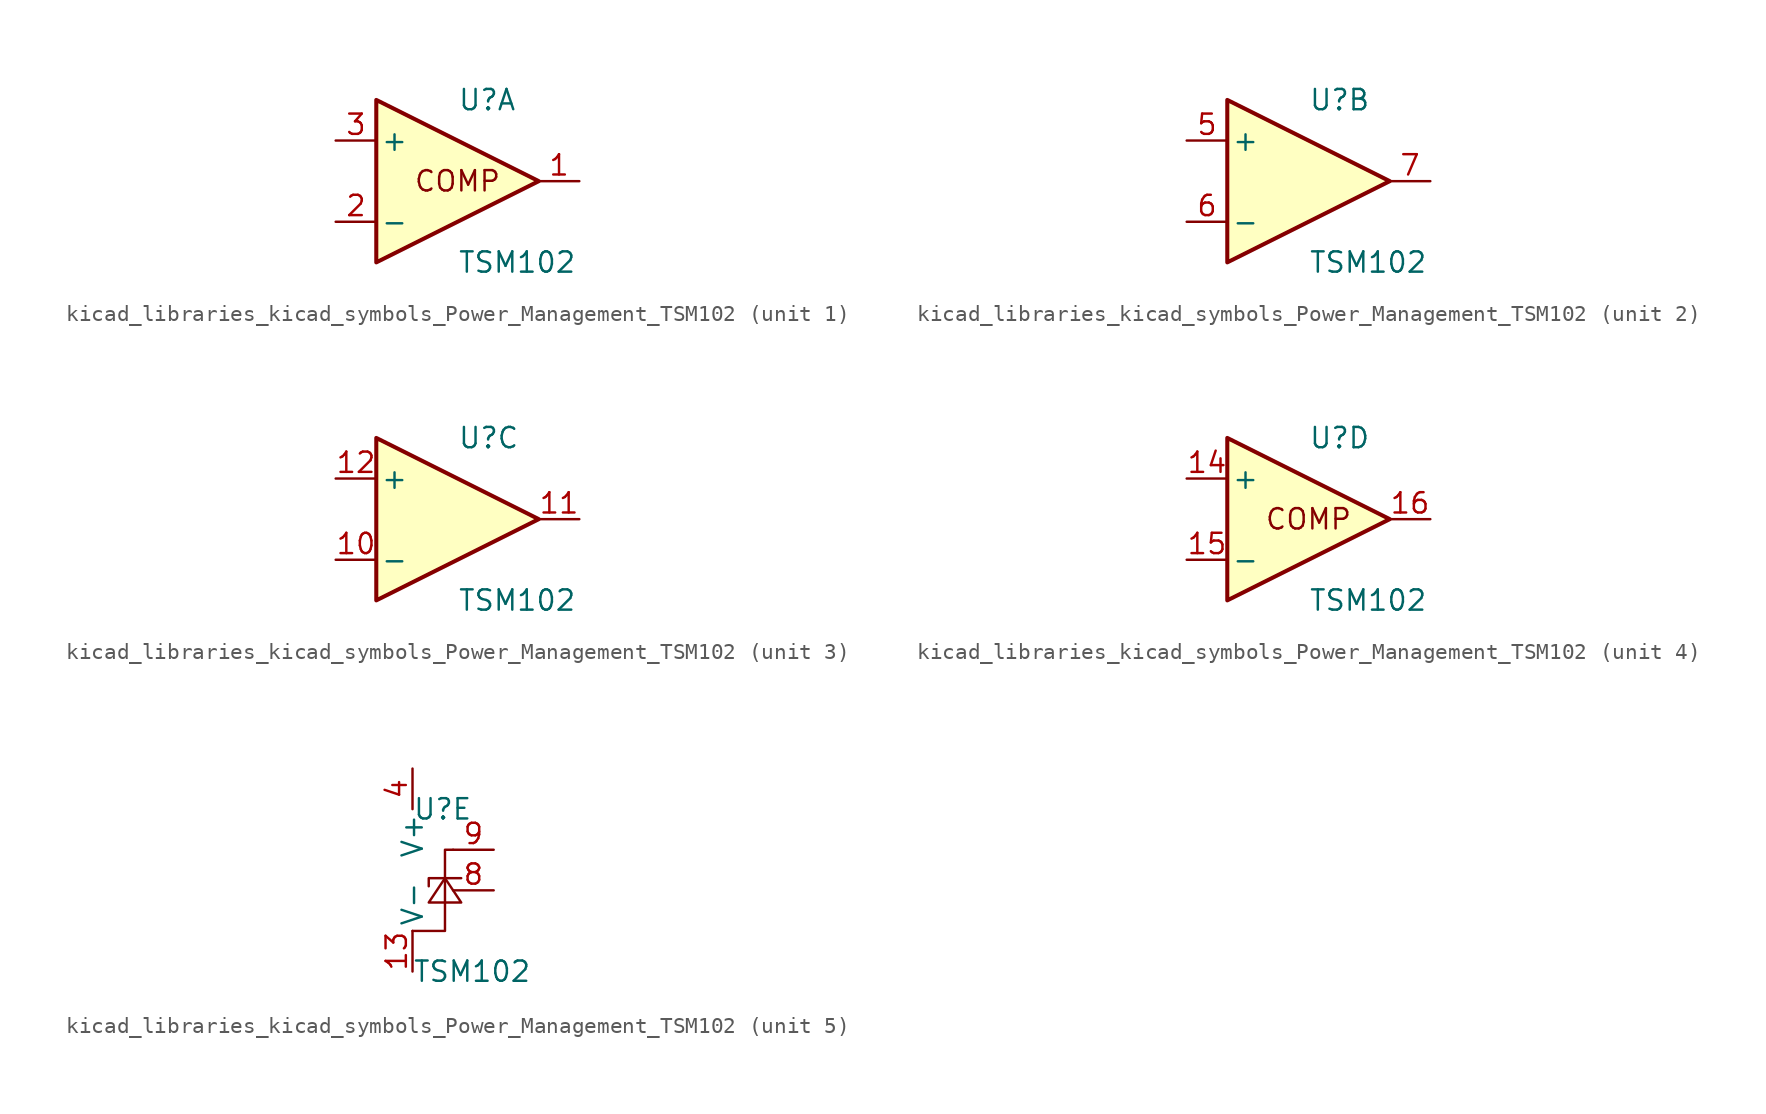
<source format=kicad_sym>
(kicad_symbol_lib
  (version 20220914)
  (generator kicad_symbol_editor)
  (symbol "kicad_libraries_kicad_symbols_Power_Management_TSM102"
    (pin_names
      (offset 0.254))
    (property "Reference" "U"
      (at 0 5.08 0)
      (effects (font (size 1.27 1.27)) (justify left)))
    (property "Value" "TSM102"
      (at 0 -5.08 0)
      (effects (font (size 1.27 1.27)) (justify left)))
    (symbol "kicad_libraries_kicad_symbols_Power_Management_TSM102_1_0"
      (text "COMP" (at 0 0 0) (effects (font (size 1.27 1.27)))))
    (symbol "kicad_libraries_kicad_symbols_Power_Management_TSM102_1_1"
      (polyline (pts (xy -5.08 5.08) (xy 5.08 0) (xy -5.08 -5.08) (xy -5.08 5.08)) (stroke (width 0.254) (type default)) (fill (type background)))
      (pin output line (at 7.62 0 180) (length 2.54) (name "~" (effects (font (size 1.27 1.27)))) (number "1" (effects (font (size 1.27 1.27)))))
      (pin input line (at -7.62 -2.54 0) (length 2.54) (name "-" (effects (font (size 1.27 1.27)))) (number "2" (effects (font (size 1.27 1.27)))))
      (pin input line (at -7.62 2.54 0) (length 2.54) (name "+" (effects (font (size 1.27 1.27)))) (number "3" (effects (font (size 1.27 1.27))))))
    (symbol "kicad_libraries_kicad_symbols_Power_Management_TSM102_2_1"
      (polyline (pts (xy -5.08 5.08) (xy 5.08 0) (xy -5.08 -5.08) (xy -5.08 5.08)) (stroke (width 0.254) (type default)) (fill (type background)))
      (pin input line (at -7.62 2.54 0) (length 2.54) (name "+" (effects (font (size 1.27 1.27)))) (number "5" (effects (font (size 1.27 1.27)))))
      (pin input line (at -7.62 -2.54 0) (length 2.54) (name "-" (effects (font (size 1.27 1.27)))) (number "6" (effects (font (size 1.27 1.27)))))
      (pin output line (at 7.62 0 180) (length 2.54) (name "~" (effects (font (size 1.27 1.27)))) (number "7" (effects (font (size 1.27 1.27))))))
    (symbol "kicad_libraries_kicad_symbols_Power_Management_TSM102_3_1"
      (polyline (pts (xy -5.08 5.08) (xy 5.08 0) (xy -5.08 -5.08) (xy -5.08 5.08)) (stroke (width 0.254) (type default)) (fill (type background)))
      (pin input line (at -7.62 -2.54 0) (length 2.54) (name "-" (effects (font (size 1.27 1.27)))) (number "10" (effects (font (size 1.27 1.27)))))
      (pin output line (at 7.62 0 180) (length 2.54) (name "~" (effects (font (size 1.27 1.27)))) (number "11" (effects (font (size 1.27 1.27)))))
      (pin input line (at -7.62 2.54 0) (length 2.54) (name "+" (effects (font (size 1.27 1.27)))) (number "12" (effects (font (size 1.27 1.27))))))
    (symbol "kicad_libraries_kicad_symbols_Power_Management_TSM102_4_0"
      (text "COMP" (at 0 0 0) (effects (font (size 1.27 1.27)))))
    (symbol "kicad_libraries_kicad_symbols_Power_Management_TSM102_4_1"
      (polyline (pts (xy -5.08 5.08) (xy 5.08 0) (xy -5.08 -5.08) (xy -5.08 5.08)) (stroke (width 0.254) (type default)) (fill (type background)))
      (pin input line (at -7.62 2.54 0) (length 2.54) (name "+" (effects (font (size 1.27 1.27)))) (number "14" (effects (font (size 1.27 1.27)))))
      (pin input line (at -7.62 -2.54 0) (length 2.54) (name "-" (effects (font (size 1.27 1.27)))) (number "15" (effects (font (size 1.27 1.27)))))
      (pin output line (at 7.62 0 180) (length 2.54) (name "~" (effects (font (size 1.27 1.27)))) (number "16" (effects (font (size 1.27 1.27))))))
    (symbol "kicad_libraries_kicad_symbols_Power_Management_TSM102_5_1"
      (polyline (pts (xy 1.016 0.254) (xy 1.016 0.762) (xy 3.048 0.762)) (stroke (width 0) (type default)) (fill (type none)))
      (polyline (pts (xy 0 -2.54) (xy 2.032 -2.54) (xy 2.032 2.54) (xy 2.54 2.54)) (stroke (width 0) (type default)) (fill (type none)))
      (polyline (pts (xy 1.016 -0.762) (xy 2.032 0.762) (xy 3.048 -0.762) (xy 1.016 -0.762)) (stroke (width 0) (type default)) (fill (type none)))
      (pin power_in line (at 0 -5.08 90) (length 2.54) (name "V-" (effects (font (size 1.27 1.27)))) (number "13" (effects (font (size 1.27 1.27)))))
      (pin power_in line (at 0 7.62 270) (length 2.54) (name "V+" (effects (font (size 1.27 1.27)))) (number "4" (effects (font (size 1.27 1.27)))))
      (pin passive line (at 5.08 0 180) (length 2.54) (name "~" (effects (font (size 1.27 1.27)))) (number "8" (effects (font (size 1.27 1.27)))))
      (pin passive line (at 5.08 2.54 180) (length 2.54) (name "~" (effects (font (size 1.27 1.27)))) (number "9" (effects (font (size 1.27 1.27))))))))
</source>
